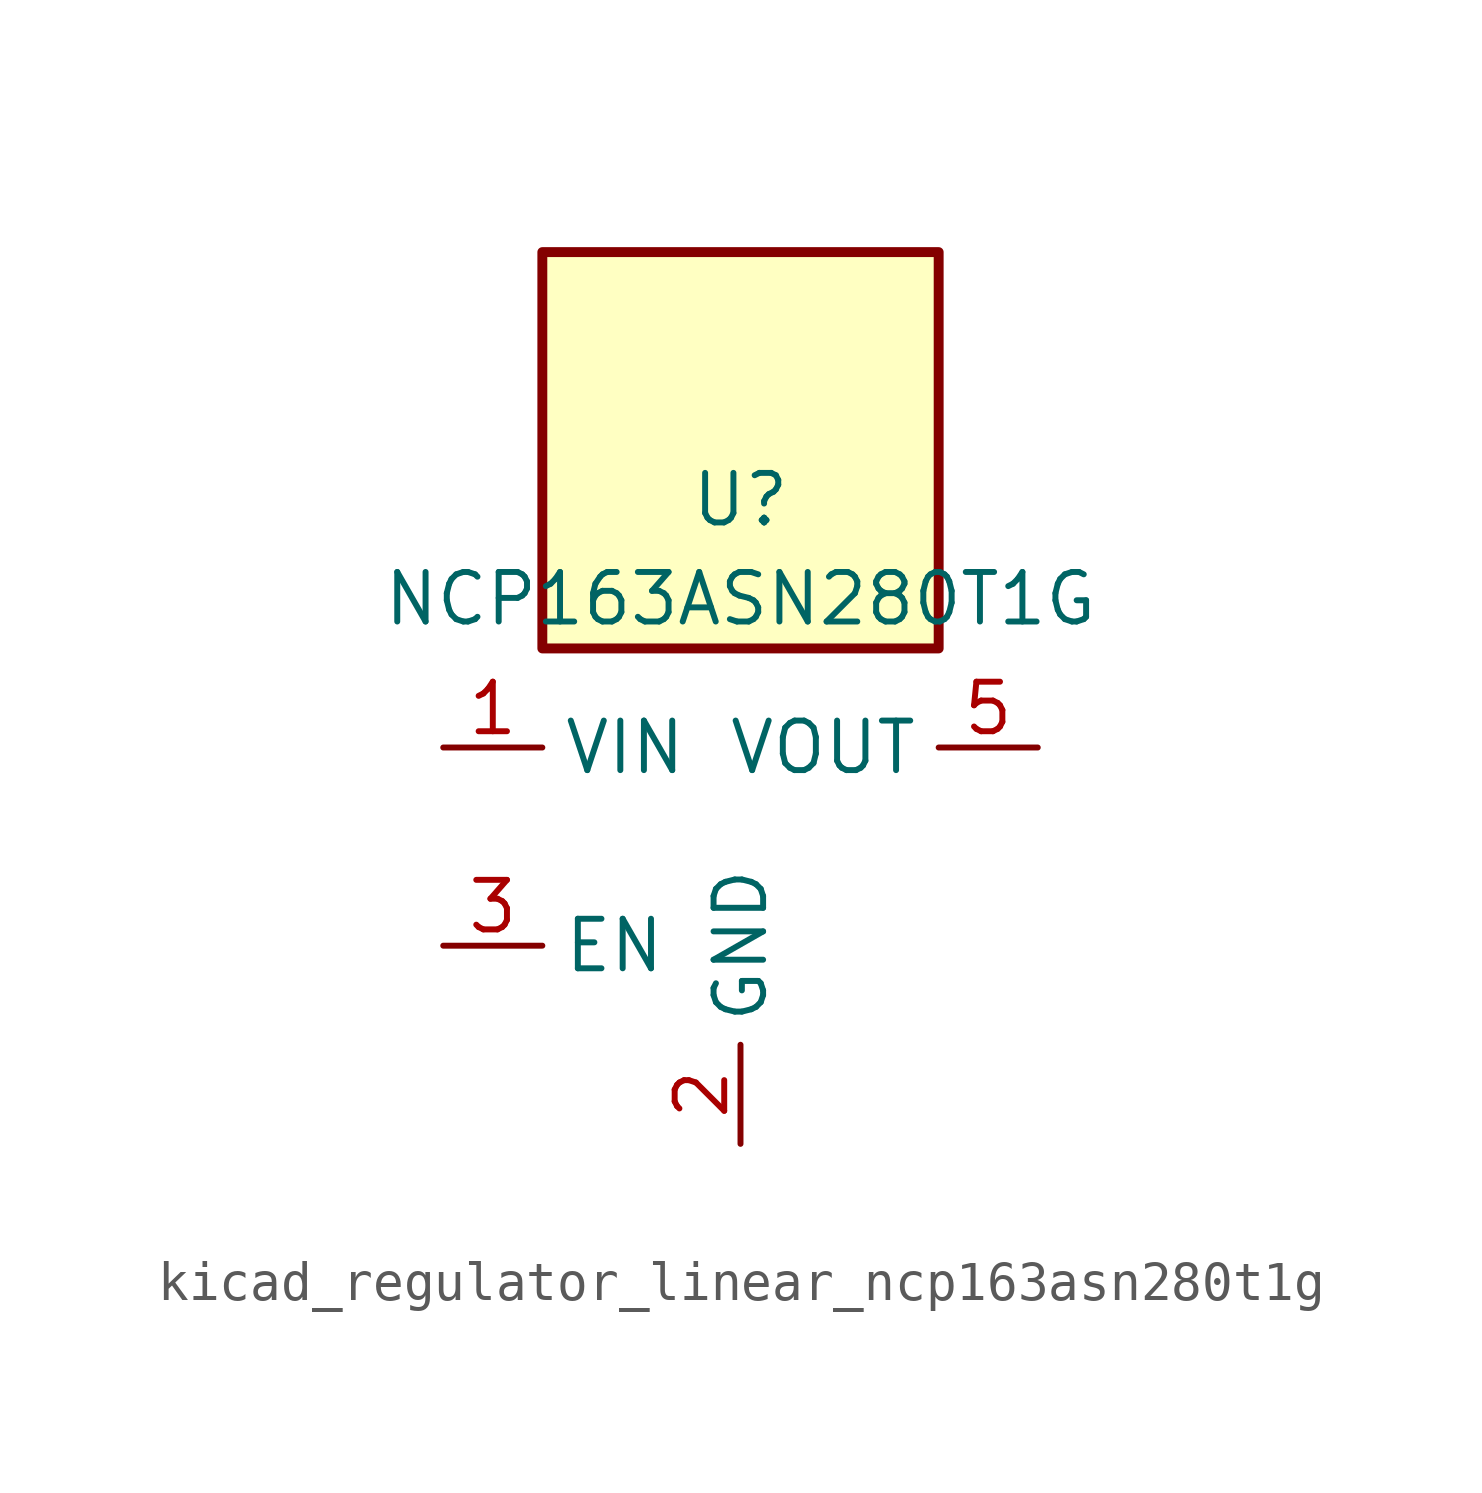
<source format=kicad_sym>
(kicad_symbol_lib
  (version 20220914)
  (generator kicad_symbol_editor)
  (symbol "kicad_regulator_linear_ncp163asn280t1g"
    (property "Reference" "U"
      (at 0 8.89 0)
      (effects (font (size 1.27 1.27))))
    (property "Value" "NCP163ASN280T1G"
      (at 0 6.35 0)
      (effects (font (size 1.27 1.27))))
    (symbol "kicad_regulator_linear_ncp163asn280t1g_0_1"
      (rectangle (start 5.08 15.24) (end -5.08 5.08) (stroke (width 0.254) (type default)) (fill (type background))))
    (symbol "kicad_regulator_linear_ncp163asn280t1g_1_1"
      (pin power_in line (at -7.62 2.54 0) (length 2.54) (name "VIN" (effects (font (size 1.27 1.27)))) (number "1" (effects (font (size 1.27 1.27)))))
      (pin power_in line (at 0 -7.62 90) (length 2.54) (name "GND" (effects (font (size 1.27 1.27)))) (number "2" (effects (font (size 1.27 1.27)))))
      (pin input line (at -7.62 -2.54 0) (length 2.54) (name "EN" (effects (font (size 1.27 1.27)))) (number "3" (effects (font (size 1.27 1.27)))))
      (pin no_connect line (at 5.08 -2.54 180) (length 2.54) hide (name "NC" (effects (font (size 1.27 1.27)))) (number "4" (effects (font (size 1.27 1.27)))))
      (pin power_out line (at 7.62 2.54 180) (length 2.54) (name "VOUT" (effects (font (size 1.27 1.27)))) (number "5" (effects (font (size 1.27 1.27))))))))
</source>
